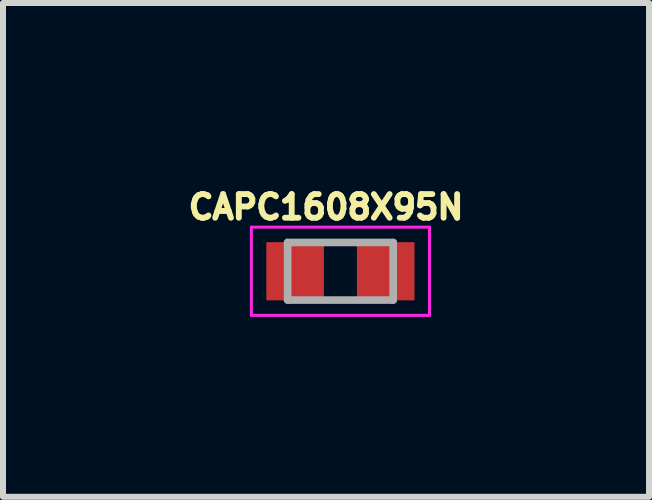
<source format=kicad_pcb>
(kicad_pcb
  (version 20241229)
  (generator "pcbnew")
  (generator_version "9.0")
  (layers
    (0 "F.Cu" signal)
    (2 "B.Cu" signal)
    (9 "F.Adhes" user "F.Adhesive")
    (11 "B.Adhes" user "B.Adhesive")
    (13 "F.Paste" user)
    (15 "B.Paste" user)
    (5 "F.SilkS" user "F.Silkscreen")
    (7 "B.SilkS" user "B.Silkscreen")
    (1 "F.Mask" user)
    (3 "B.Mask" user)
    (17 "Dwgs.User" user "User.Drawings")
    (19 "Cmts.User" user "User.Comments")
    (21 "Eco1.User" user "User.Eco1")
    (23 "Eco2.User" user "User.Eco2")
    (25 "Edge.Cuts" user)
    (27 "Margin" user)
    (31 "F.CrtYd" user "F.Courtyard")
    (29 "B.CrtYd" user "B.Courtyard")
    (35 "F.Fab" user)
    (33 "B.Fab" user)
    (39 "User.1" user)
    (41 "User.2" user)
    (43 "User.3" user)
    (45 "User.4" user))
  (footprint "CAPC1608X95N"
    (layer "F.Cu")
    (at 2.626 1.473)
    (property "Reference" "CAPC1608X95N" (at -0.24 -1.07 0) (layer "F.SilkS") (effects (font (size 0.394 0.394) (thickness 0.098))))
    (attr smd)
    (fp_line (start -1.485 -0.735) (end 1.485 -0.735) (stroke (width 0.05) (type solid)) (layer "F.CrtYd"))
    (fp_line (start -1.485 0.735) (end -1.485 -0.735) (stroke (width 0.05) (type solid)) (layer "F.CrtYd"))
    (fp_line (start -1.485 0.735) (end 1.485 0.735) (stroke (width 0.05) (type solid)) (layer "F.CrtYd"))
    (fp_line (start 1.485 0.735) (end 1.485 -0.735) (stroke (width 0.05) (type solid)) (layer "F.CrtYd"))
    (fp_line (start -0.88 0.48) (end -0.88 -0.48) (stroke (width 0.127) (type solid)) (layer "F.Fab"))
    (fp_line (start 0.88 -0.48) (end -0.88 -0.48) (stroke (width 0.127) (type solid)) (layer "F.Fab"))
    (fp_line (start 0.88 0.48) (end -0.88 0.48) (stroke (width 0.127) (type solid)) (layer "F.Fab"))
    (fp_line (start 0.88 0.48) (end 0.88 -0.48) (stroke (width 0.127) (type solid)) (layer "F.Fab"))
    (pad "1" smd rect (at -0.755 0) (size 0.96 0.97) (layers "F.Cu" "F.Mask" "F.Paste"))
    (pad "2" smd rect (at 0.755 0) (size 0.96 0.97) (layers "F.Cu" "F.Mask" "F.Paste")))
  (gr_rect
    (start -3 -3)
    (end 7.772 5.233)
    (stroke (width 0.1) (type default))
    (fill no)
    (layer "Edge.Cuts")))
</source>
